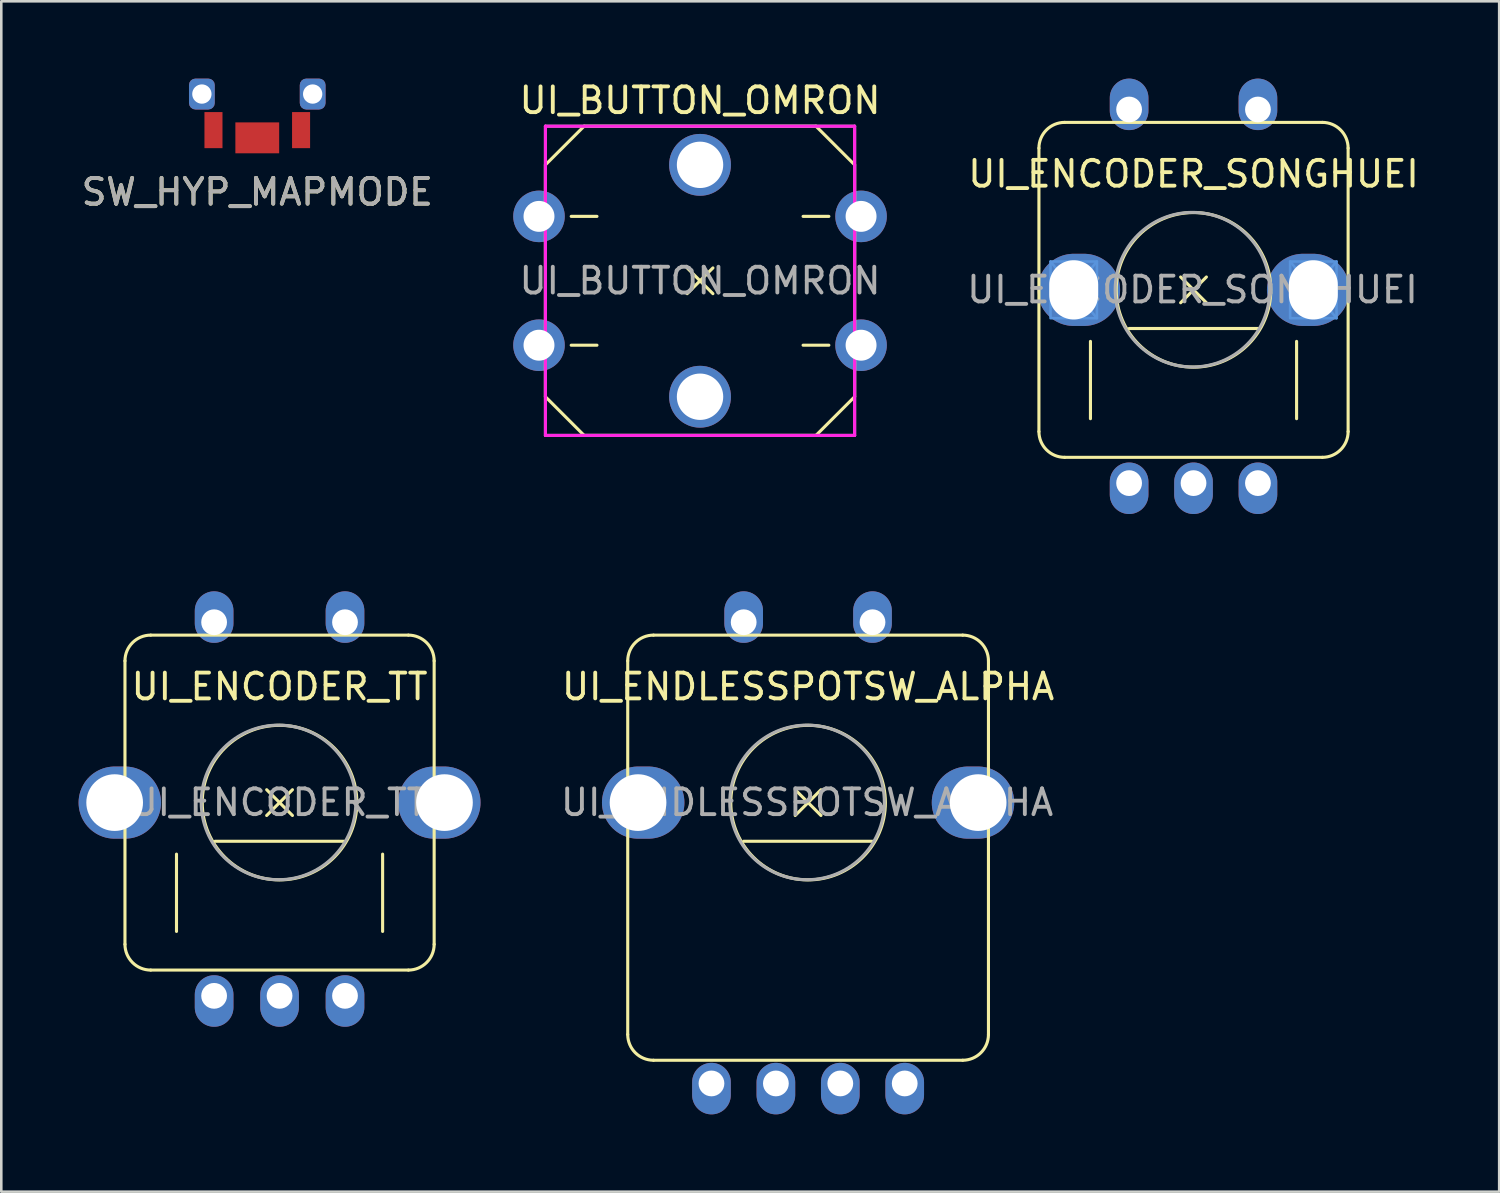
<source format=kicad_pcb>
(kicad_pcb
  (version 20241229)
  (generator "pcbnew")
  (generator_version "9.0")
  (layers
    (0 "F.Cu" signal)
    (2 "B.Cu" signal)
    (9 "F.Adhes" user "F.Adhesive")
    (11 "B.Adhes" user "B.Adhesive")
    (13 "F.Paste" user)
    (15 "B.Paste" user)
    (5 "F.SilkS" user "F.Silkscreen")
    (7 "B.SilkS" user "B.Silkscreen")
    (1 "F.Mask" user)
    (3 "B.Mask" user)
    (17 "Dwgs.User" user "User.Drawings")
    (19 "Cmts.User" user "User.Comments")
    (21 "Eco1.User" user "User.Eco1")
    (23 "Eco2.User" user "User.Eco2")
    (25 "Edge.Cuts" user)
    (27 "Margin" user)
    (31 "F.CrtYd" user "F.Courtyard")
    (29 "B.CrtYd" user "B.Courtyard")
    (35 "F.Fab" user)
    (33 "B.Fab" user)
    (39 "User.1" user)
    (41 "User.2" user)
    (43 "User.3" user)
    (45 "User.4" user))
  (footprint "UI_ENDLESSPOTSW_ALPHA"
    (layer "F.Cu")
    (at 28.313 28.1)
    (property "Reference" "UI_ENDLESSPOTSW_ALPHA" (at 0 -4.5 0) (layer "F.SilkS") (effects (font (size 1 1) (thickness 0.15))))
    (attr through_hole)
    (fp_line (start -7 -5.5) (end -7 9) (stroke (width 0.12) (type solid)) (layer "F.SilkS"))
    (fp_line (start -6 -6.5) (end 6 -6.5) (stroke (width 0.12) (type solid)) (layer "F.SilkS"))
    (fp_line (start -6 10) (end 6 10) (stroke (width 0.12) (type solid)) (layer "F.SilkS"))
    (fp_line (start -2.5 1.5) (end 2.5 1.5) (stroke (width 0.12) (type solid)) (layer "F.SilkS"))
    (fp_line (start -0.5 -0.5) (end 0.5 0.5) (stroke (width 0.12) (type solid)) (layer "F.SilkS"))
    (fp_line (start -0.5 0.5) (end 0.5 -0.5) (stroke (width 0.12) (type solid)) (layer "F.SilkS"))
    (fp_line (start 7 9) (end 7 -5.5) (stroke (width 0.12) (type solid)) (layer "F.SilkS"))
    (fp_arc (start -7 -5.5) (mid -6.707107 -6.207107) (end -6 -6.5) (stroke (width 0.12) (type solid)) (layer "F.SilkS"))
    (fp_arc (start -6 10) (mid -6.707107 9.707107) (end -7 9) (stroke (width 0.12) (type solid)) (layer "F.SilkS"))
    (fp_arc (start 6 -6.5) (mid 6.707107 -6.207107) (end 7 -5.5) (stroke (width 0.12) (type solid)) (layer "F.SilkS"))
    (fp_arc (start 7 9) (mid 6.707107 9.707107) (end 6 10) (stroke (width 0.12) (type solid)) (layer "F.SilkS"))
    (fp_circle (center 0 0) (end 0 -3) (stroke (width 0.12) (type solid)) (fill no) (layer "F.SilkS"))
    (fp_circle (center -0.04 -0.007) (end 2.96 -0.007) (stroke (width 0.12) (type solid)) (fill no) (layer "F.Fab"))
    (fp_text user "${REFERENCE}" (at -0.04 -0.007 0) (layer "F.Fab") (effects (font (size 1 1) (thickness 0.15))))
    (pad "1" thru_hole oval (at -1.25 10.9) (size 1.5 2) (drill 1 (offset 0 0.2)) (layers "*.Cu" "*.Mask"))
    (pad "2A" thru_hole oval (at -3.75 10.9) (size 1.5 2) (drill 1 (offset 0 0.2)) (layers "*.Cu" "*.Mask"))
    (pad "2B" thru_hole oval (at 1.25 10.9) (size 1.5 2) (drill 1 (offset 0 0.2)) (layers "*.Cu" "*.Mask"))
    (pad "3" thru_hole oval (at 3.75 10.9) (size 1.5 2) (drill 1 (offset 0 0.2)) (layers "*.Cu" "*.Mask"))
    (pad "4" thru_hole oval (at -2.5 -7 180) (size 1.5 2) (drill 1 (offset 0 0.2)) (layers "*.Cu" "*.Mask"))
    (pad "5" thru_hole oval (at 2.5 -7 180) (size 1.5 2) (drill 1 (offset 0 0.2)) (layers "*.Cu" "*.Mask"))
    (pad "6" thru_hole oval (at -6.6 0) (size 3.2 2.8) (drill 2.2 (offset 0.2 0)) (layers "*.Cu" "*.Mask"))
    (pad "7" thru_hole oval (at 6.6 0 180) (size 3.2 2.8) (drill 2.2 (offset 0.2 0)) (layers "*.Cu" "*.Mask")))
  (footprint "UI_BUTTON_OMRON"
    (layer "F.Cu")
    (at 24.119 7.848)
    (property "Reference" "UI_BUTTON_OMRON" (at 0 -7 0) (layer "F.SilkS") (effects (font (size 1 1) (thickness 0.15))))
    (attr through_hole)
    (fp_line (start -6 -4.5) (end -4.5 -6) (stroke (width 0.12) (type solid)) (layer "F.SilkS"))
    (fp_line (start -6 4.5) (end -6 -4.5) (stroke (width 0.12) (type solid)) (layer "F.SilkS"))
    (fp_line (start -5 -2.5) (end -4 -2.5) (stroke (width 0.12) (type solid)) (layer "F.SilkS"))
    (fp_line (start -5 2.5) (end -4 2.5) (stroke (width 0.12) (type solid)) (layer "F.SilkS"))
    (fp_line (start -4.5 -6) (end 4.5 -6) (stroke (width 0.12) (type solid)) (layer "F.SilkS"))
    (fp_line (start -4.5 6) (end -6 4.5) (stroke (width 0.12) (type solid)) (layer "F.SilkS"))
    (fp_line (start -0.5 -0.5) (end 0.5 0.5) (stroke (width 0.12) (type solid)) (layer "F.SilkS"))
    (fp_line (start -0.5 0.5) (end 0.5 -0.5) (stroke (width 0.12) (type solid)) (layer "F.SilkS"))
    (fp_line (start 4.5 -6) (end 6 -4.5) (stroke (width 0.12) (type solid)) (layer "F.SilkS"))
    (fp_line (start 4.5 6) (end -4.5 6) (stroke (width 0.12) (type solid)) (layer "F.SilkS"))
    (fp_line (start 5 -2.5) (end 4 -2.5) (stroke (width 0.12) (type solid)) (layer "F.SilkS"))
    (fp_line (start 5 2.5) (end 4 2.5) (stroke (width 0.12) (type solid)) (layer "F.SilkS"))
    (fp_line (start 6 -4.5) (end 6 4.5) (stroke (width 0.12) (type solid)) (layer "F.SilkS"))
    (fp_line (start 6 4.5) (end 4.5 6) (stroke (width 0.12) (type solid)) (layer "F.SilkS"))
    (fp_line (start -6 -6) (end 6 -6) (stroke (width 0.12) (type solid)) (layer "F.CrtYd"))
    (fp_line (start -6 6) (end -6 -6) (stroke (width 0.12) (type solid)) (layer "F.CrtYd"))
    (fp_line (start 6 -6) (end 6 6) (stroke (width 0.12) (type solid)) (layer "F.CrtYd"))
    (fp_line (start 6 6) (end -6 6) (stroke (width 0.12) (type solid)) (layer "F.CrtYd"))
    (fp_line (start -6 -6) (end 6 -6) (stroke (width 0.12) (type solid)) (layer "F.Fab"))
    (fp_line (start -6 6) (end -6 -6) (stroke (width 0.12) (type solid)) (layer "F.Fab"))
    (fp_line (start 6 -6) (end 6 6) (stroke (width 0.12) (type solid)) (layer "F.Fab"))
    (fp_line (start 6 6) (end -6 6) (stroke (width 0.12) (type solid)) (layer "F.Fab"))
    (fp_text user "${REFERENCE}" (at 0 0 0) (layer "F.Fab") (effects (font (size 1 1) (thickness 0.15))))
    (pad "1" thru_hole circle (at 6.25 2.5) (size 2 2) (drill 1.2) (layers "*.Cu" "*.Mask"))
    (pad "2" thru_hole circle (at -6.25 2.5 180) (size 2 2) (drill 1.2) (layers "*.Cu" "*.Mask"))
    (pad "3" thru_hole circle (at 6.25 -2.5 180) (size 2 2) (drill 1.2) (layers "*.Cu" "*.Mask"))
    (pad "4" thru_hole circle (at -6.25 -2.5 270) (size 2 2) (drill 1.2) (layers "*.Cu" "*.Mask"))
    (pad "5" thru_hole circle (at 0 4.5 270) (size 2.4 2.4) (drill 1.8) (layers "*.Cu" "*.Mask"))
    (pad "6" thru_hole circle (at 0 -4.5 270) (size 2.4 2.4) (drill 1.8) (layers "*.Cu" "*.Mask")))
  (footprint "UI_ENCODER_TT"
    (layer "F.Cu")
    (at 7.8 28.1)
    (property "Reference" "UI_ENCODER_TT" (at 0 -4.5 0) (layer "F.SilkS") (effects (font (size 1 1) (thickness 0.15))))
    (attr through_hole)
    (fp_line (start -6 -5.5) (end -6 5.5) (stroke (width 0.12) (type solid)) (layer "F.SilkS"))
    (fp_line (start -5 -6.5) (end 5 -6.5) (stroke (width 0.12) (type solid)) (layer "F.SilkS"))
    (fp_line (start -5 6.5) (end 5 6.5) (stroke (width 0.12) (type solid)) (layer "F.SilkS"))
    (fp_line (start -4 2) (end -4 5) (stroke (width 0.12) (type solid)) (layer "F.SilkS"))
    (fp_line (start -2.5 1.5) (end 2.5 1.5) (stroke (width 0.12) (type solid)) (layer "F.SilkS"))
    (fp_line (start -0.5 -0.5) (end 0.5 0.5) (stroke (width 0.12) (type solid)) (layer "F.SilkS"))
    (fp_line (start -0.5 0.5) (end 0.5 -0.5) (stroke (width 0.12) (type solid)) (layer "F.SilkS"))
    (fp_line (start 4 5) (end 4 2) (stroke (width 0.12) (type solid)) (layer "F.SilkS"))
    (fp_line (start 6 5.5) (end 6 -5.5) (stroke (width 0.12) (type solid)) (layer "F.SilkS"))
    (fp_arc (start -6 -5.5) (mid -5.707107 -6.207107) (end -5 -6.5) (stroke (width 0.12) (type solid)) (layer "F.SilkS"))
    (fp_arc (start -5 6.5) (mid -5.707107 6.207107) (end -6 5.5) (stroke (width 0.12) (type solid)) (layer "F.SilkS"))
    (fp_arc (start 5 -6.5) (mid 5.707107 -6.207107) (end 6 -5.5) (stroke (width 0.12) (type solid)) (layer "F.SilkS"))
    (fp_arc (start 6 5.5) (mid 5.707107 6.207107) (end 5 6.5) (stroke (width 0.12) (type solid)) (layer "F.SilkS"))
    (fp_circle (center 0 0) (end 0 -3) (stroke (width 0.12) (type solid)) (fill no) (layer "F.SilkS"))
    (fp_circle (center -0.04 -0.007) (end 2.96 -0.007) (stroke (width 0.12) (type solid)) (fill no) (layer "F.Fab"))
    (fp_text user "${REFERENCE}" (at -0.04 -0.007 0) (layer "F.Fab") (effects (font (size 1 1) (thickness 0.15))))
    (pad "1" thru_hole oval (at -2.54 7.5) (size 1.5 2) (drill 1 (offset 0 0.2)) (layers "*.Cu" "*.Mask"))
    (pad "2" thru_hole oval (at 0 7.5) (size 1.5 2) (drill 1 (offset 0 0.2)) (layers "*.Cu" "*.Mask"))
    (pad "3" thru_hole oval (at 2.54 7.5) (size 1.5 2) (drill 1 (offset 0 0.2)) (layers "*.Cu" "*.Mask"))
    (pad "4" thru_hole oval (at -2.54 -7 180) (size 1.5 2) (drill 1 (offset 0 0.2)) (layers "*.Cu" "*.Mask"))
    (pad "5" thru_hole oval (at 2.54 -7 180) (size 1.5 2) (drill 1 (offset 0 0.2)) (layers "*.Cu" "*.Mask"))
    (pad "6" thru_hole oval (at -6.4 0) (size 3.2 2.8) (drill 2.2 (offset 0.2 0)) (layers "*.Cu" "*.Mask"))
    (pad "7" thru_hole oval (at 6.4 0 180) (size 3.2 2.8) (drill 2.2 (offset 0.2 0)) (layers "*.Cu" "*.Mask")))
  (footprint "SW_HYP_MAPMODE"
    (layer "F.Cu")
    (at 6.935 0.9)
    (property "Reference" "SW_HYP_MAPMODE" (at 0 3.5 0) (layer "F.SilkS") (effects (font (size 1 1) (thickness 0.15))))
    (fp_text user "${REFERENCE}" (at 0 3.5 0) (layer "F.Fab") (effects (font (size 1 1) (thickness 0.15))))
    (pad "" thru_hole roundrect (at -2.15 -0.3) (size 1 1.2) (drill 0.75) (layers "*.Cu" "*.Mask" "F.Paste") (roundrect_rratio 0.25))
    (pad "" smd rect (at 0 1.4) (size 1.7 1.2) (layers "F.Cu" "F.Mask" "F.Paste"))
    (pad "" thru_hole roundrect (at 2.15 -0.3 180) (size 1 1.2) (drill 0.75) (layers "*.Cu" "*.Mask" "F.Paste") (roundrect_rratio 0.25))
    (pad "1" smd rect (at -1.7 1.1 90) (size 1.4 0.7) (layers "F.Cu" "F.Mask" "F.Paste"))
    (pad "2" smd rect (at 1.7 1.1 270) (size 1.4 0.7) (layers "F.Cu" "F.Mask" "F.Paste")))
  (footprint "UI_ENCODER_SONGHUEI"
    (layer "F.Cu")
    (at 43.272 8.2)
    (property "Reference" "UI_ENCODER_SONGHUEI" (at 0 -4.5 0) (layer "F.SilkS") (effects (font (size 1 1) (thickness 0.15))))
    (attr through_hole)
    (fp_line (start -6 -5.5) (end -6 5.5) (stroke (width 0.12) (type solid)) (layer "F.SilkS"))
    (fp_line (start -5 -6.5) (end 5 -6.5) (stroke (width 0.12) (type solid)) (layer "F.SilkS"))
    (fp_line (start -5 6.5) (end 5 6.5) (stroke (width 0.12) (type solid)) (layer "F.SilkS"))
    (fp_line (start -4 2) (end -4 5) (stroke (width 0.12) (type solid)) (layer "F.SilkS"))
    (fp_line (start -2.5 1.5) (end 2.5 1.5) (stroke (width 0.12) (type solid)) (layer "F.SilkS"))
    (fp_line (start -0.5 -0.5) (end 0.5 0.5) (stroke (width 0.12) (type solid)) (layer "F.SilkS"))
    (fp_line (start -0.5 0.5) (end 0.5 -0.5) (stroke (width 0.12) (type solid)) (layer "F.SilkS"))
    (fp_line (start 4 5) (end 4 2) (stroke (width 0.12) (type solid)) (layer "F.SilkS"))
    (fp_line (start 6 5.5) (end 6 -5.5) (stroke (width 0.12) (type solid)) (layer "F.SilkS"))
    (fp_arc (start -6 -5.5) (mid -5.707107 -6.207107) (end -5 -6.5) (stroke (width 0.12) (type solid)) (layer "F.SilkS"))
    (fp_arc (start -5 6.5) (mid -5.707107 6.207107) (end -6 5.5) (stroke (width 0.12) (type solid)) (layer "F.SilkS"))
    (fp_arc (start 5 -6.5) (mid 5.707107 -6.207107) (end 6 -5.5) (stroke (width 0.12) (type solid)) (layer "F.SilkS"))
    (fp_arc (start 6 5.5) (mid 5.707107 6.207107) (end 5 6.5) (stroke (width 0.12) (type solid)) (layer "F.SilkS"))
    (fp_circle (center 0 0) (end 0 -3) (stroke (width 0.12) (type solid)) (fill no) (layer "F.SilkS"))
    (fp_line (start -5.55 -1.1) (end -3.75 1.1) (stroke (width 0.1) (type default)) (layer "Cmts.User"))
    (fp_line (start -4.65 0) (end -3.75 -1.1) (stroke (width 0.1) (type default)) (layer "Cmts.User"))
    (fp_line (start 3.75 -1.1) (end 5.55 1.1) (stroke (width 0.1) (type default)) (layer "Cmts.User"))
    (fp_line (start 4.65 0) (end 5.55 -1.1) (stroke (width 0.1) (type default)) (layer "Cmts.User"))
    (fp_rect (start -5.55 -1.1) (end -3.75 1.1) (stroke (width 0.1) (type default)) (fill no) (layer "Cmts.User"))
    (fp_rect (start 3.75 -1.1) (end 5.55 1.1) (stroke (width 0.1) (type default)) (fill no) (layer "Cmts.User"))
    (fp_circle (center -0.04 -0.007) (end 2.96 -0.007) (stroke (width 0.12) (type solid)) (fill no) (layer "F.Fab"))
    (fp_text user "${REFERENCE}" (at -0.04 -0.007 0) (layer "F.Fab") (effects (font (size 1 1) (thickness 0.15))))
    (pad "1" thru_hole oval (at -2.5 7.5) (size 1.5 2) (drill 1 (offset 0 0.2)) (layers "*.Cu" "*.Mask"))
    (pad "2" thru_hole oval (at 0 7.5) (size 1.5 2) (drill 1 (offset 0 0.2)) (layers "*.Cu" "*.Mask"))
    (pad "3" thru_hole oval (at 2.5 7.5) (size 1.5 2) (drill 1 (offset 0 0.2)) (layers "*.Cu" "*.Mask"))
    (pad "4" thru_hole oval (at -2.5 -7 180) (size 1.5 2) (drill 1 (offset 0 0.2)) (layers "*.Cu" "*.Mask"))
    (pad "5" thru_hole oval (at 2.5 -7 180) (size 1.5 2) (drill 1 (offset 0 0.2)) (layers "*.Cu" "*.Mask"))
    (pad "6" thru_hole oval (at -4.65 0) (size 3.2 2.8) (drill oval 1.9 2.3 (offset 0.2 0)) (layers "*.Cu" "*.Mask"))
    (pad "7" thru_hole oval (at 4.65 0 180) (size 3.2 2.8) (drill oval 1.9 2.3 (offset 0.2 0)) (layers "*.Cu" "*.Mask")))
  (gr_rect
    (start -3 -3)
    (end 55.135 43.2)
    (stroke (width 0.1) (type default))
    (fill no)
    (layer "Edge.Cuts")))
</source>
